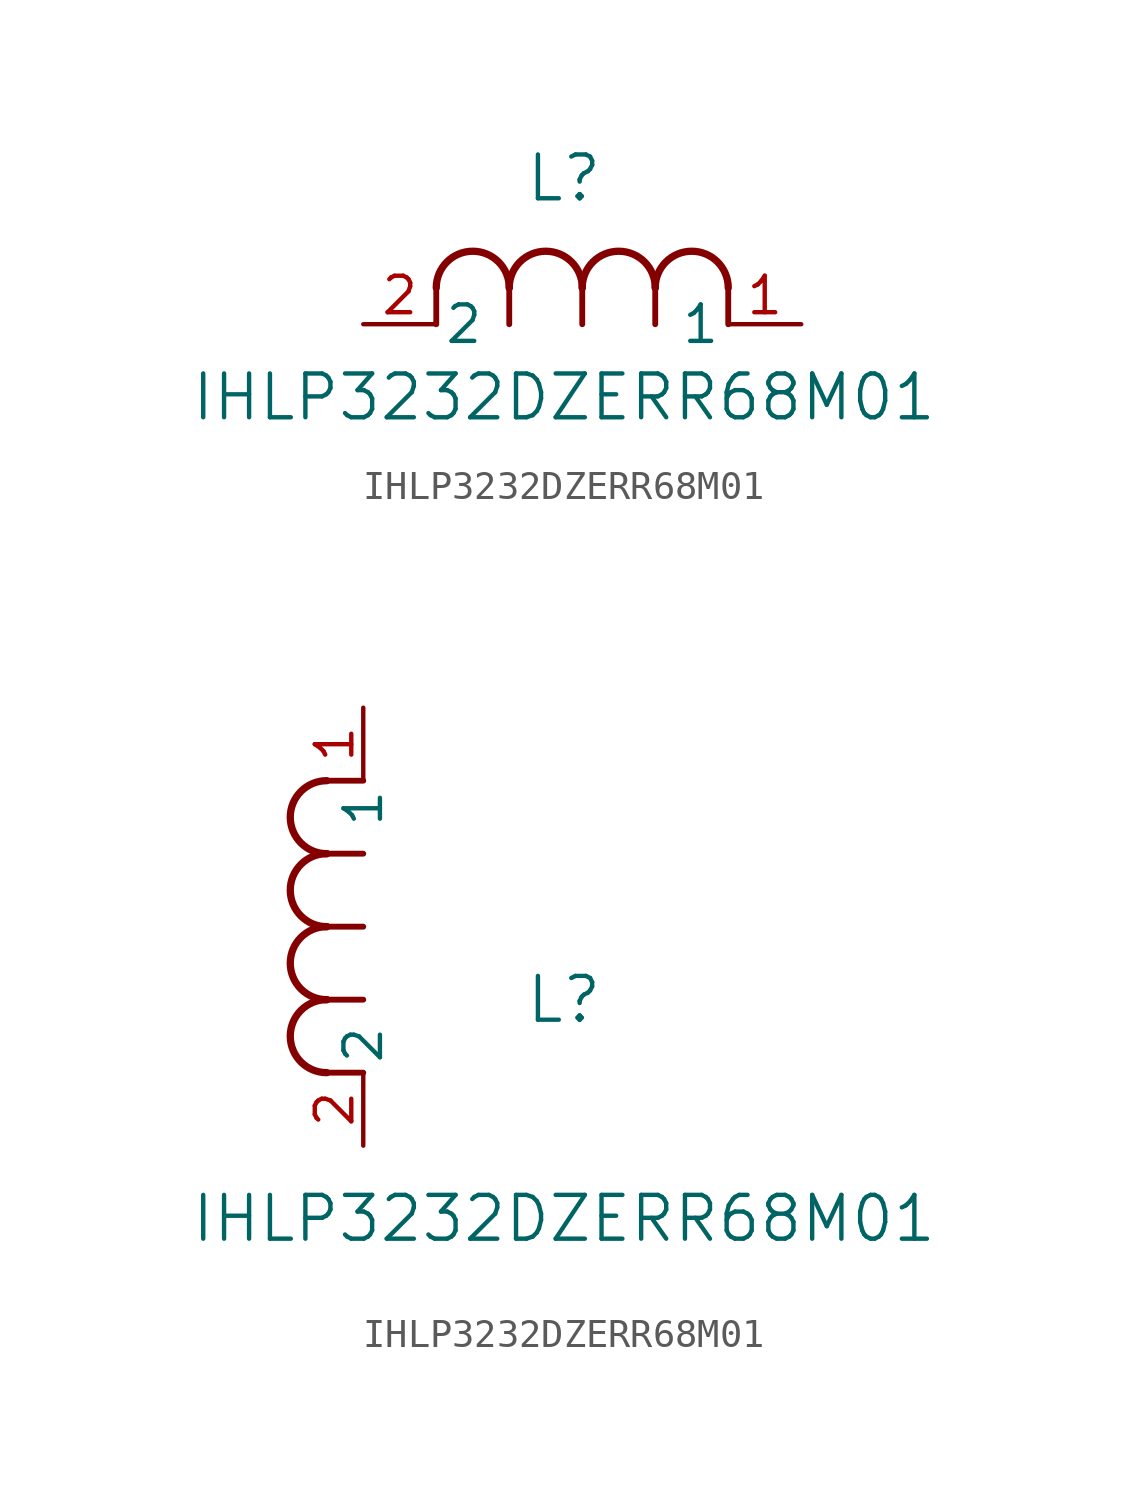
<source format=kicad_sym>
(kicad_symbol_lib
  (version 20211014)
  (generator kicad_symbol_editor)
  (symbol "IHLP3232DZERR68M01"
    (pin_names
      (offset 0.254))
    (property "Reference" "L"
      (at 6.985 5.08 0)
      (effects (font (size 1.524 1.524))))
    (property "Value" "IHLP3232DZERR68M01"
      (at 6.985 -2.54 0)
      (effects (font (size 1.524 1.524))))
    (symbol "IHLP3232DZERR68M01_1_1"
      (arc (start 7.62 1.27) (mid 6.35 2.54) (end 5.08 1.27) (stroke (width 0.254) (type default) (color 0 0 0 0)) (fill (type none)))
      (polyline (pts (xy 5.08 0) (xy 5.08 1.27)) (stroke (width 0.203) (type default) (color 0 0 0 0)) (fill (type none)))
      (polyline (pts (xy 7.62 0) (xy 7.62 1.27)) (stroke (width 0.203) (type default) (color 0 0 0 0)) (fill (type none)))
      (polyline (pts (xy 12.7 0) (xy 12.7 1.27)) (stroke (width 0.203) (type default) (color 0 0 0 0)) (fill (type none)))
      (arc (start 5.08 1.27) (mid 3.81 2.54) (end 2.54 1.27) (stroke (width 0.254) (type default) (color 0 0 0 0)) (fill (type none)))
      (arc (start 10.16 1.27) (mid 8.89 2.54) (end 7.62 1.27) (stroke (width 0.254) (type default) (color 0 0 0 0)) (fill (type none)))
      (arc (start 12.7 1.27) (mid 11.43 2.54) (end 10.16 1.27) (stroke (width 0.254) (type default) (color 0 0 0 0)) (fill (type none)))
      (polyline (pts (xy 2.54 0) (xy 2.54 1.27)) (stroke (width 0.203) (type default) (color 0 0 0 0)) (fill (type none)))
      (polyline (pts (xy 10.16 0) (xy 10.16 1.27)) (stroke (width 0.203) (type default) (color 0 0 0 0)) (fill (type none)))
      (pin unspecified line (at 0 0 0) (length 2.54) (name "2" (effects (font (size 1.27 1.27)))) (number "2" (effects (font (size 1.27 1.27)))))
      (pin unspecified line (at 15.24 0 180) (length 2.54) (name "1" (effects (font (size 1.27 1.27)))) (number "1" (effects (font (size 1.27 1.27))))))
    (symbol "IHLP3232DZERR68M01_1_2"
      (arc (start -1.27 7.62) (mid -2.54 6.35) (end -1.27 5.08) (stroke (width 0.254) (type default) (color 0 0 0 0)) (fill (type none)))
      (arc (start -1.27 5.08) (mid -2.54 3.81) (end -1.27 2.54) (stroke (width 0.254) (type default) (color 0 0 0 0)) (fill (type none)))
      (arc (start -1.27 12.7) (mid -2.54 11.43) (end -1.27 10.16) (stroke (width 0.254) (type default) (color 0 0 0 0)) (fill (type none)))
      (arc (start -1.27 10.16) (mid -2.54 8.89) (end -1.27 7.62) (stroke (width 0.254) (type default) (color 0 0 0 0)) (fill (type none)))
      (polyline (pts (xy 0 7.62) (xy -1.27 7.62)) (stroke (width 0.203) (type default) (color 0 0 0 0)) (fill (type none)))
      (polyline (pts (xy 0 5.08) (xy -1.27 5.08)) (stroke (width 0.203) (type default) (color 0 0 0 0)) (fill (type none)))
      (polyline (pts (xy 0 12.7) (xy -1.27 12.7)) (stroke (width 0.203) (type default) (color 0 0 0 0)) (fill (type none)))
      (polyline (pts (xy 0 2.54) (xy -1.27 2.54)) (stroke (width 0.203) (type default) (color 0 0 0 0)) (fill (type none)))
      (polyline (pts (xy 0 10.16) (xy -1.27 10.16)) (stroke (width 0.203) (type default) (color 0 0 0 0)) (fill (type none)))
      (pin unspecified line (at 0 0 90) (length 2.54) (name "2" (effects (font (size 1.27 1.27)))) (number "2" (effects (font (size 1.27 1.27)))))
      (pin unspecified line (at 0 15.24 270) (length 2.54) (name "1" (effects (font (size 1.27 1.27)))) (number "1" (effects (font (size 1.27 1.27))))))))
</source>
